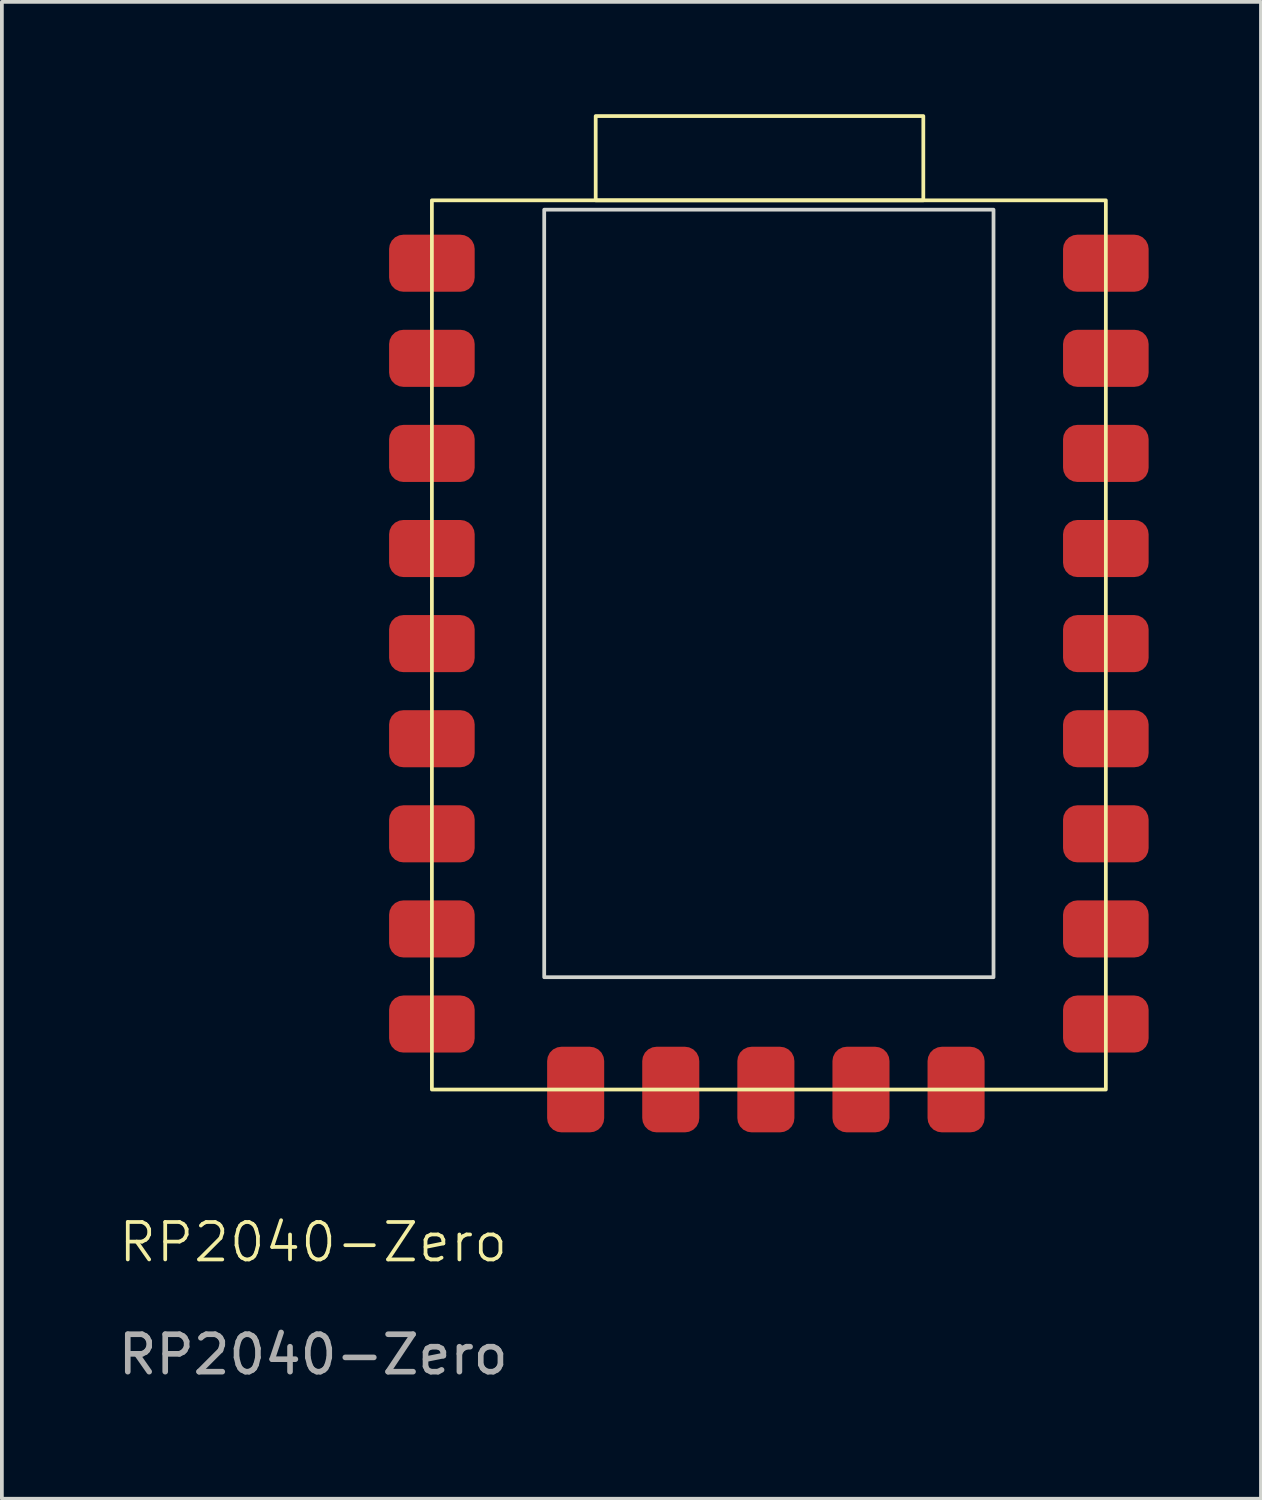
<source format=kicad_pcb>
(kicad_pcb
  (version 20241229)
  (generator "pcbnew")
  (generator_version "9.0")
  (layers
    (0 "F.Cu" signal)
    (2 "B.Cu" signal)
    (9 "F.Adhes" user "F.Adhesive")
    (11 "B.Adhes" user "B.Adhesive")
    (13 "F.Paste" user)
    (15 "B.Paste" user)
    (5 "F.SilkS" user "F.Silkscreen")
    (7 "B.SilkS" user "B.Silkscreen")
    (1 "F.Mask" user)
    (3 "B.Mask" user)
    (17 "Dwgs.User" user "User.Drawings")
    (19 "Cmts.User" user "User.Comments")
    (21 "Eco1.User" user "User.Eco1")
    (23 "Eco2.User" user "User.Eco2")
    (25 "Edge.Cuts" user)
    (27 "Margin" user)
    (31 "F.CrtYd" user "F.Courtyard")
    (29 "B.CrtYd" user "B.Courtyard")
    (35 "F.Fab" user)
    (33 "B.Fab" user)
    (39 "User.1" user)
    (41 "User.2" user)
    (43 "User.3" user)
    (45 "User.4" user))
  (footprint "RP2040-Zero"
    (layer "F.Cu")
    (at 8.485 26.05)
    (property "Reference" "RP2040-Zero" (at -3.17 4.08 0) (unlocked yes) (layer "F.SilkS") (effects (font (size 1 1) (thickness 0.1))))
    (attr smd)
    (fp_rect (start 0 -23.75) (end 18 0) (stroke (width 0.1) (type default)) (fill no) (layer "F.SilkS"))
    (fp_rect (start 4.375 -26) (end 13.125 -23.75) (stroke (width 0.1) (type default)) (fill no) (layer "F.SilkS"))
    (fp_rect (start 3 -23.5) (end 15 -3) (stroke (width 0.1) (type default)) (fill no) (layer "Edge.Cuts"))
    (fp_text user "${REFERENCE}" (at -3.17 7.08 0) (unlocked yes) (layer "F.Fab") (effects (font (size 1 1) (thickness 0.15))))
    (pad "1" smd roundrect (at 18 -22.07) (size 2.286 1.524) (layers "F.Cu" "F.Mask" "F.Paste") (roundrect_rratio 0.25))
    (pad "2" smd roundrect (at 18 -19.53) (size 2.286 1.524) (layers "F.Cu" "F.Mask" "F.Paste") (roundrect_rratio 0.25))
    (pad "3" smd roundrect (at 18 -16.99) (size 2.286 1.524) (layers "F.Cu" "F.Mask" "F.Paste") (roundrect_rratio 0.25))
    (pad "4" smd roundrect (at 18 -14.45) (size 2.286 1.524) (layers "F.Cu" "F.Mask" "F.Paste") (roundrect_rratio 0.25))
    (pad "5" smd roundrect (at 18 -11.91) (size 2.286 1.524) (layers "F.Cu" "F.Mask" "F.Paste") (roundrect_rratio 0.25))
    (pad "6" smd roundrect (at 18 -9.37) (size 2.286 1.524) (layers "F.Cu" "F.Mask" "F.Paste") (roundrect_rratio 0.25))
    (pad "7" smd roundrect (at 18 -6.83) (size 2.286 1.524) (layers "F.Cu" "F.Mask" "F.Paste") (roundrect_rratio 0.25))
    (pad "8" smd roundrect (at 18 -4.29) (size 2.286 1.524) (layers "F.Cu" "F.Mask" "F.Paste") (roundrect_rratio 0.25))
    (pad "9" smd roundrect (at 18 -1.75) (size 2.286 1.524) (layers "F.Cu" "F.Mask" "F.Paste") (roundrect_rratio 0.25))
    (pad "10" smd roundrect (at 14 0 90) (size 2.286 1.524) (layers "F.Cu" "F.Mask" "F.Paste") (roundrect_rratio 0.25))
    (pad "11" smd roundrect (at 11.46 0 90) (size 2.286 1.524) (layers "F.Cu" "F.Mask" "F.Paste") (roundrect_rratio 0.25))
    (pad "12" smd roundrect (at 8.92 0 90) (size 2.286 1.524) (layers "F.Cu" "F.Mask" "F.Paste") (roundrect_rratio 0.25))
    (pad "13" smd roundrect (at 6.38 0 90) (size 2.286 1.524) (layers "F.Cu" "F.Mask" "F.Paste") (roundrect_rratio 0.25))
    (pad "14" smd roundrect (at 3.84 0 90) (size 2.286 1.524) (layers "F.Cu" "F.Mask" "F.Paste") (roundrect_rratio 0.25))
    (pad "15" smd roundrect (at 0 -1.75 180) (size 2.286 1.524) (layers "F.Cu" "F.Mask" "F.Paste") (roundrect_rratio 0.25))
    (pad "16" smd roundrect (at 0 -4.29 180) (size 2.286 1.524) (layers "F.Cu" "F.Mask" "F.Paste") (roundrect_rratio 0.25))
    (pad "17" smd roundrect (at 0 -6.83 180) (size 2.286 1.524) (layers "F.Cu" "F.Mask" "F.Paste") (roundrect_rratio 0.25))
    (pad "18" smd roundrect (at 0 -9.37 180) (size 2.286 1.524) (layers "F.Cu" "F.Mask" "F.Paste") (roundrect_rratio 0.25))
    (pad "19" smd roundrect (at 0 -11.91 180) (size 2.286 1.524) (layers "F.Cu" "F.Mask" "F.Paste") (roundrect_rratio 0.25))
    (pad "20" smd roundrect (at 0 -14.45 180) (size 2.286 1.524) (layers "F.Cu" "F.Mask" "F.Paste") (roundrect_rratio 0.25))
    (pad "21" smd roundrect (at 0 -16.99 180) (size 2.286 1.524) (layers "F.Cu" "F.Mask" "F.Paste") (roundrect_rratio 0.25))
    (pad "22" smd roundrect (at 0 -19.53 180) (size 2.286 1.524) (layers "F.Cu" "F.Mask" "F.Paste") (roundrect_rratio 0.25))
    (pad "23" smd roundrect (at 0 -22.07 180) (size 2.286 1.524) (layers "F.Cu" "F.Mask" "F.Paste") (roundrect_rratio 0.25)))
  (gr_rect
    (start -3 -3)
    (end 30.628 36.978)
    (stroke (width 0.1) (type default))
    (fill no)
    (layer "Edge.Cuts")))
</source>
